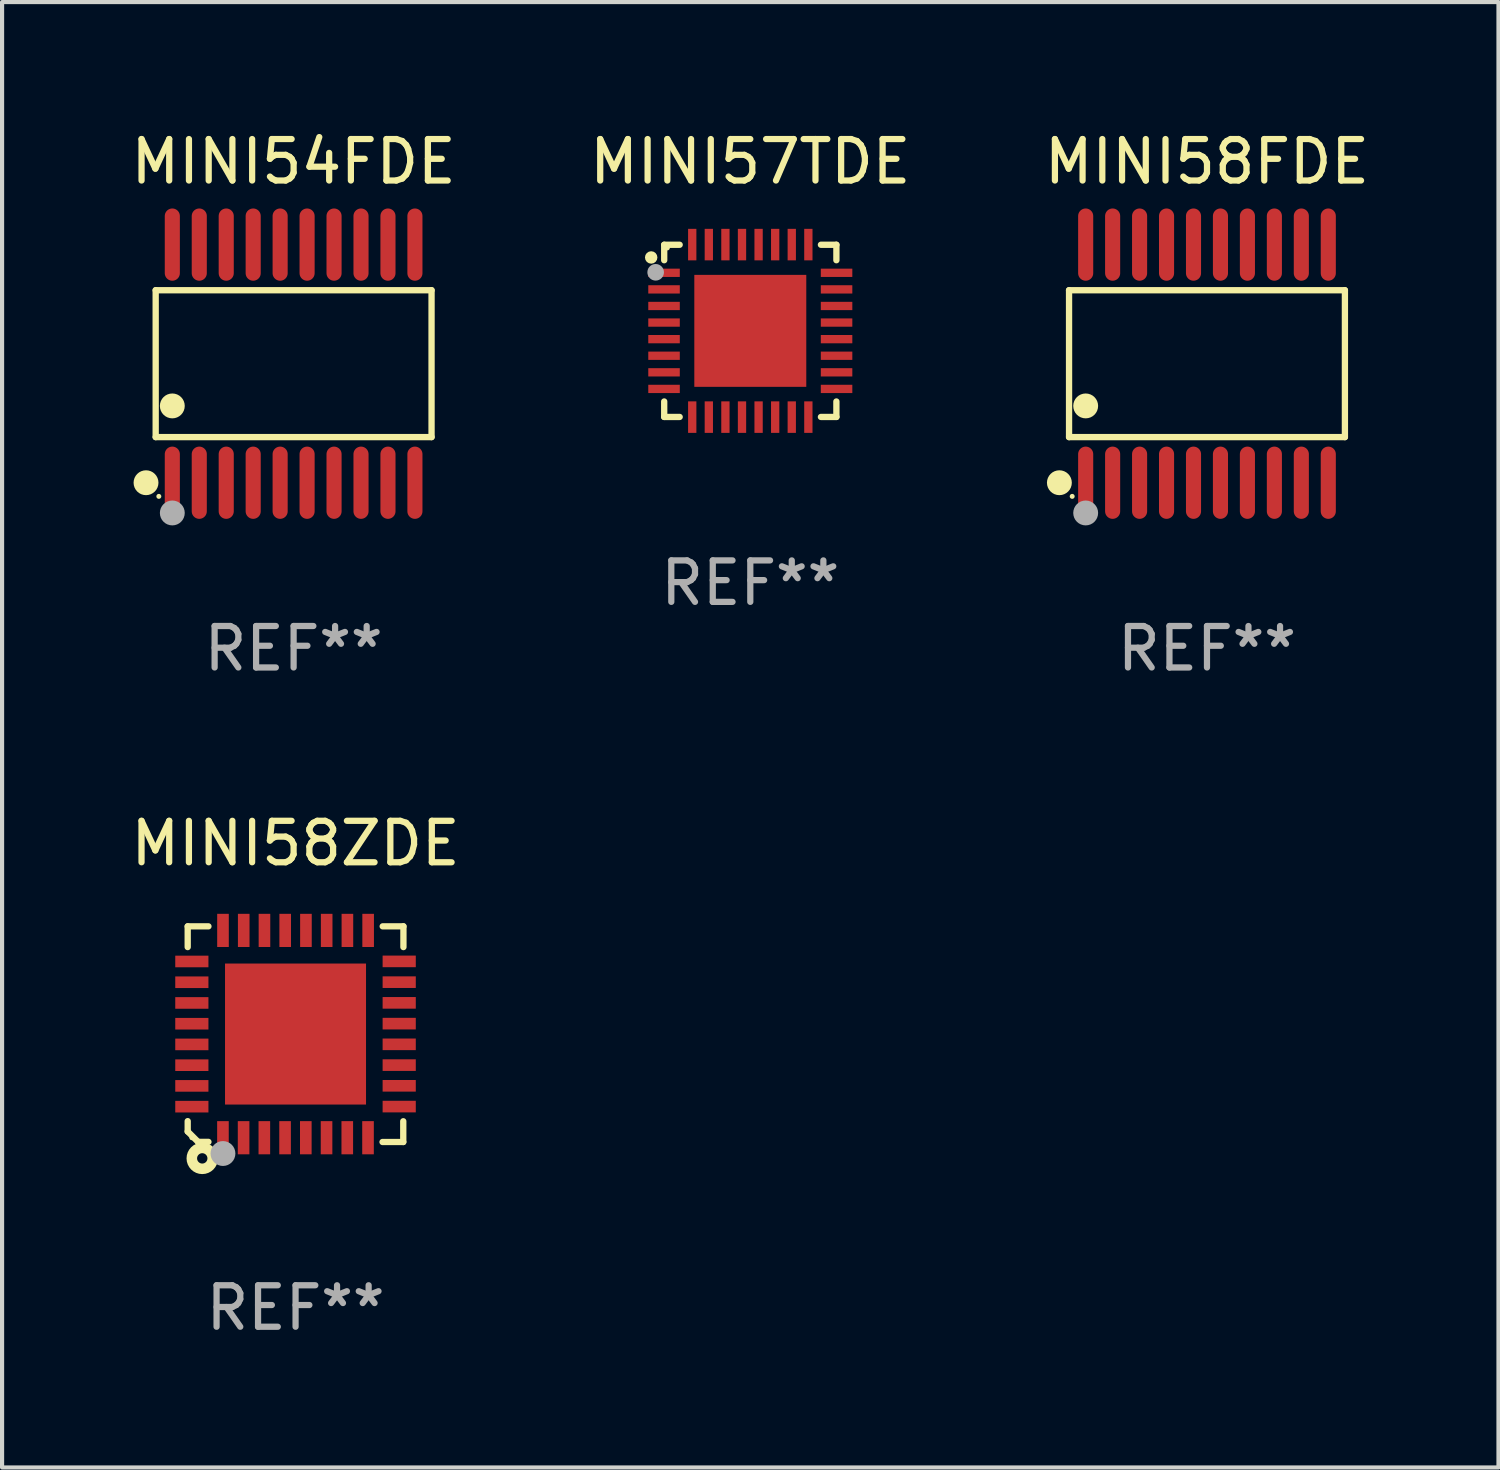
<source format=kicad_pcb>
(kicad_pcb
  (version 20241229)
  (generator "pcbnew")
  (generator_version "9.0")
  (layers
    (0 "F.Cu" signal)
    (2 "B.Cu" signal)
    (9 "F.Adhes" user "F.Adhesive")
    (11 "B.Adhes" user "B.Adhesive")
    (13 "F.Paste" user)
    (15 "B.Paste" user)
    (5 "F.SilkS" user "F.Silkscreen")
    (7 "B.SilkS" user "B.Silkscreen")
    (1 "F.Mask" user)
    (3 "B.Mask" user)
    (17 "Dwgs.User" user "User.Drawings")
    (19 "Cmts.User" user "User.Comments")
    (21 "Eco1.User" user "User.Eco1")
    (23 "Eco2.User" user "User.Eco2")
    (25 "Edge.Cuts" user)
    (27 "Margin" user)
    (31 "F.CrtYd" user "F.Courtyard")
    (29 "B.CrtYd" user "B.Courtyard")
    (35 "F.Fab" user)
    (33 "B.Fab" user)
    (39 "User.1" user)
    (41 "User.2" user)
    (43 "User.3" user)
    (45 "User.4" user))
  (footprint "MINI57TDE"
    (layer "F.Cu")
    (at 15.042 4.928)
    (property "Reference" "MINI57TDE" (at 0 -4.08 0) (layer "F.SilkS") (effects (font (size 1 1) (thickness 0.15))))
    (attr through_hole)
    (fp_line (start -2.076 -2.076) (end -2.076 -1.703) (stroke (width 0.152) (type solid)) (layer "F.SilkS"))
    (fp_line (start -2.076 2.076) (end -2.076 1.703) (stroke (width 0.152) (type solid)) (layer "F.SilkS"))
    (fp_line (start -1.703 -2.076) (end -2.076 -2.076) (stroke (width 0.152) (type solid)) (layer "F.SilkS"))
    (fp_line (start -1.703 2.076) (end -2.076 2.076) (stroke (width 0.152) (type solid)) (layer "F.SilkS"))
    (fp_line (start 1.703 -2.076) (end 2.076 -2.076) (stroke (width 0.152) (type solid)) (layer "F.SilkS"))
    (fp_line (start 1.703 2.076) (end 2.076 2.076) (stroke (width 0.152) (type solid)) (layer "F.SilkS"))
    (fp_line (start 2.076 -2.076) (end 2.076 -1.703) (stroke (width 0.152) (type solid)) (layer "F.SilkS"))
    (fp_line (start 2.076 2.076) (end 2.076 1.703) (stroke (width 0.152) (type solid)) (layer "F.SilkS"))
    (fp_circle (center -2.39 -1.77) (end -2.315 -1.77) (stroke (width 0.15) (type solid)) (fill no) (layer "F.SilkS"))
    (fp_circle (center -2 -2) (end -1.97 -2) (stroke (width 0.06) (type solid)) (fill no) (layer "F.SilkS"))
    (fp_circle (center -2.282 -1.412) (end -2.182 -1.412) (stroke (width 0.2) (type solid)) (fill no) (layer "F.Fab"))
    (fp_text user "REF**" (at 0 6.08 0) (layer "F.Fab") (effects (font (size 1 1) (thickness 0.15))))
    (pad "1" smd rect (at -2.08 -1.4) (size 0.76 0.2) (layers "F.Cu" "F.Mask" "F.Paste"))
    (pad "2" smd rect (at -2.08 -1) (size 0.76 0.2) (layers "F.Cu" "F.Mask" "F.Paste"))
    (pad "3" smd rect (at -2.08 -0.6) (size 0.76 0.2) (layers "F.Cu" "F.Mask" "F.Paste"))
    (pad "4" smd rect (at -2.08 -0.2) (size 0.76 0.2) (layers "F.Cu" "F.Mask" "F.Paste"))
    (pad "5" smd rect (at -2.08 0.2) (size 0.76 0.2) (layers "F.Cu" "F.Mask" "F.Paste"))
    (pad "6" smd rect (at -2.08 0.6) (size 0.76 0.2) (layers "F.Cu" "F.Mask" "F.Paste"))
    (pad "7" smd rect (at -2.08 1) (size 0.76 0.2) (layers "F.Cu" "F.Mask" "F.Paste"))
    (pad "8" smd rect (at -2.08 1.4) (size 0.76 0.2) (layers "F.Cu" "F.Mask" "F.Paste"))
    (pad "9" smd rect (at -1.4 2.08) (size 0.2 0.76) (layers "F.Cu" "F.Mask" "F.Paste"))
    (pad "10" smd rect (at -1 2.08) (size 0.2 0.76) (layers "F.Cu" "F.Mask" "F.Paste"))
    (pad "11" smd rect (at -0.6 2.08) (size 0.2 0.76) (layers "F.Cu" "F.Mask" "F.Paste"))
    (pad "12" smd rect (at -0.2 2.08) (size 0.2 0.76) (layers "F.Cu" "F.Mask" "F.Paste"))
    (pad "13" smd rect (at 0.2 2.08) (size 0.2 0.76) (layers "F.Cu" "F.Mask" "F.Paste"))
    (pad "14" smd rect (at 0.6 2.08) (size 0.2 0.76) (layers "F.Cu" "F.Mask" "F.Paste"))
    (pad "15" smd rect (at 1 2.08) (size 0.2 0.76) (layers "F.Cu" "F.Mask" "F.Paste"))
    (pad "16" smd rect (at 1.4 2.08) (size 0.2 0.76) (layers "F.Cu" "F.Mask" "F.Paste"))
    (pad "17" smd rect (at 2.08 1.4) (size 0.76 0.2) (layers "F.Cu" "F.Mask" "F.Paste"))
    (pad "18" smd rect (at 2.08 1) (size 0.76 0.2) (layers "F.Cu" "F.Mask" "F.Paste"))
    (pad "19" smd rect (at 2.08 0.6) (size 0.76 0.2) (layers "F.Cu" "F.Mask" "F.Paste"))
    (pad "20" smd rect (at 2.08 0.2) (size 0.76 0.2) (layers "F.Cu" "F.Mask" "F.Paste"))
    (pad "21" smd rect (at 2.08 -0.2) (size 0.76 0.2) (layers "F.Cu" "F.Mask" "F.Paste"))
    (pad "22" smd rect (at 2.08 -0.6) (size 0.76 0.2) (layers "F.Cu" "F.Mask" "F.Paste"))
    (pad "23" smd rect (at 2.08 -1) (size 0.76 0.2) (layers "F.Cu" "F.Mask" "F.Paste"))
    (pad "24" smd rect (at 2.08 -1.4) (size 0.76 0.2) (layers "F.Cu" "F.Mask" "F.Paste"))
    (pad "25" smd rect (at 1.4 -2.08) (size 0.2 0.76) (layers "F.Cu" "F.Mask" "F.Paste"))
    (pad "26" smd rect (at 1 -2.08) (size 0.2 0.76) (layers "F.Cu" "F.Mask" "F.Paste"))
    (pad "27" smd rect (at 0.6 -2.08) (size 0.2 0.76) (layers "F.Cu" "F.Mask" "F.Paste"))
    (pad "28" smd rect (at 0.2 -2.08) (size 0.2 0.76) (layers "F.Cu" "F.Mask" "F.Paste"))
    (pad "29" smd rect (at -0.2 -2.08) (size 0.2 0.76) (layers "F.Cu" "F.Mask" "F.Paste"))
    (pad "30" smd rect (at -0.6 -2.08) (size 0.2 0.76) (layers "F.Cu" "F.Mask" "F.Paste"))
    (pad "31" smd rect (at -1 -2.08) (size 0.2 0.76) (layers "F.Cu" "F.Mask" "F.Paste"))
    (pad "32" smd rect (at -1.4 -2.08) (size 0.2 0.76) (layers "F.Cu" "F.Mask" "F.Paste"))
    (pad "33" smd rect (at 0 0) (size 2.7 2.7) (layers "F.Cu" "F.Mask" "F.Paste")))
  (footprint "MINI54FDE"
    (layer "F.Cu")
    (at 4.03 5.719)
    (property "Reference" "MINI54FDE" (at 0 -4.871 0) (layer "F.SilkS") (effects (font (size 1 1) (thickness 0.15))))
    (attr through_hole)
    (fp_line (start -3.326 -1.771) (end 3.326 -1.771) (stroke (width 0.152) (type solid)) (layer "F.SilkS"))
    (fp_line (start -3.326 1.771) (end -3.326 -1.771) (stroke (width 0.152) (type solid)) (layer "F.SilkS"))
    (fp_line (start 3.326 -1.771) (end 3.326 1.771) (stroke (width 0.152) (type solid)) (layer "F.SilkS"))
    (fp_line (start 3.326 1.771) (end -3.326 1.771) (stroke (width 0.152) (type solid)) (layer "F.SilkS"))
    (fp_circle (center -3.559 2.871) (end -3.409 2.871) (stroke (width 0.3) (type solid)) (fill no) (layer "F.SilkS"))
    (fp_circle (center -3.25 3.2) (end -3.22 3.2) (stroke (width 0.06) (type solid)) (fill no) (layer "F.SilkS"))
    (fp_circle (center -2.925 1.019) (end -2.775 1.019) (stroke (width 0.3) (type solid)) (fill no) (layer "F.SilkS"))
    (fp_circle (center -2.925 3.6) (end -2.775 3.6) (stroke (width 0.3) (type solid)) (fill no) (layer "F.Fab"))
    (fp_text user "REF**" (at 0 6.871 0) (layer "F.Fab") (effects (font (size 1 1) (thickness 0.15))))
    (pad "1" smd oval (at -2.925 2.871) (size 0.364 1.742) (layers "F.Cu" "F.Mask" "F.Paste"))
    (pad "2" smd oval (at -2.275 2.871) (size 0.364 1.742) (layers "F.Cu" "F.Mask" "F.Paste"))
    (pad "3" smd oval (at -1.625 2.871) (size 0.364 1.742) (layers "F.Cu" "F.Mask" "F.Paste"))
    (pad "4" smd oval (at -0.975 2.871) (size 0.364 1.742) (layers "F.Cu" "F.Mask" "F.Paste"))
    (pad "5" smd oval (at -0.325 2.871) (size 0.364 1.742) (layers "F.Cu" "F.Mask" "F.Paste"))
    (pad "6" smd oval (at 0.325 2.871) (size 0.364 1.742) (layers "F.Cu" "F.Mask" "F.Paste"))
    (pad "7" smd oval (at 0.975 2.871) (size 0.364 1.742) (layers "F.Cu" "F.Mask" "F.Paste"))
    (pad "8" smd oval (at 1.625 2.871) (size 0.364 1.742) (layers "F.Cu" "F.Mask" "F.Paste"))
    (pad "9" smd oval (at 2.275 2.871) (size 0.364 1.742) (layers "F.Cu" "F.Mask" "F.Paste"))
    (pad "10" smd oval (at 2.925 2.871) (size 0.364 1.742) (layers "F.Cu" "F.Mask" "F.Paste"))
    (pad "11" smd oval (at 2.925 -2.871) (size 0.364 1.742) (layers "F.Cu" "F.Mask" "F.Paste"))
    (pad "12" smd oval (at 2.275 -2.871) (size 0.364 1.742) (layers "F.Cu" "F.Mask" "F.Paste"))
    (pad "13" smd oval (at 1.625 -2.871) (size 0.364 1.742) (layers "F.Cu" "F.Mask" "F.Paste"))
    (pad "14" smd oval (at 0.975 -2.871) (size 0.364 1.742) (layers "F.Cu" "F.Mask" "F.Paste"))
    (pad "15" smd oval (at 0.325 -2.871) (size 0.364 1.742) (layers "F.Cu" "F.Mask" "F.Paste"))
    (pad "16" smd oval (at -0.325 -2.871) (size 0.364 1.742) (layers "F.Cu" "F.Mask" "F.Paste"))
    (pad "17" smd oval (at -0.975 -2.871) (size 0.364 1.742) (layers "F.Cu" "F.Mask" "F.Paste"))
    (pad "18" smd oval (at -1.625 -2.871) (size 0.364 1.742) (layers "F.Cu" "F.Mask" "F.Paste"))
    (pad "19" smd oval (at -2.275 -2.871) (size 0.364 1.742) (layers "F.Cu" "F.Mask" "F.Paste"))
    (pad "20" smd oval (at -2.925 -2.871) (size 0.364 1.742) (layers "F.Cu" "F.Mask" "F.Paste")))
  (footprint "MINI58ZDE"
    (layer "F.Cu")
    (at 4.077 21.887)
    (property "Reference" "MINI58ZDE" (at 0 -4.6 0) (layer "F.SilkS") (effects (font (size 1 1) (thickness 0.15))))
    (attr through_hole)
    (fp_line (start -2.601 2.097) (end -2.601 2.347) (stroke (width 0.152) (type solid)) (layer "F.SilkS"))
    (fp_line (start -2.601 2.347) (end -2.351 2.597) (stroke (width 0.152) (type solid)) (layer "F.SilkS"))
    (fp_line (start -2.601 -2.6) (end -2.601 -2.1) (stroke (width 0.152) (type solid)) (layer "F.SilkS"))
    (fp_line (start -2.601 -2.6) (end -2.101 -2.6) (stroke (width 0.152) (type solid)) (layer "F.SilkS"))
    (fp_line (start -2.351 2.597) (end -2.101 2.597) (stroke (width 0.152) (type solid)) (layer "F.SilkS"))
    (fp_line (start 2.597 2.6) (end 2.097 2.6) (stroke (width 0.152) (type solid)) (layer "F.SilkS"))
    (fp_line (start 2.597 2.6) (end 2.597 2.1) (stroke (width 0.152) (type solid)) (layer "F.SilkS"))
    (fp_line (start 2.601 -2.6) (end 2.101 -2.6) (stroke (width 0.152) (type solid)) (layer "F.SilkS"))
    (fp_line (start 2.601 -2.6) (end 2.601 -2.1) (stroke (width 0.152) (type solid)) (layer "F.SilkS"))
    (fp_circle (center -2.501 2.497) (end -2.471 2.497) (stroke (width 0.06) (type solid)) (fill no) (layer "F.SilkS"))
    (fp_circle (center -2.25 2.995) (end -2.125 2.995) (stroke (width 0.254) (type solid)) (fill no) (layer "F.SilkS"))
    (fp_circle (center -1.751 2.878) (end -1.601 2.878) (stroke (width 0.3) (type solid)) (fill no) (layer "F.Fab"))
    (fp_text user "REF**" (at 0 6.6 0) (layer "F.Fab") (effects (font (size 1 1) (thickness 0.15))))
    (pad "1" smd rect (at -1.751 2.497) (size 0.28 0.8) (layers "F.Cu" "F.Mask" "F.Paste"))
    (pad "2" smd rect (at -1.253 2.497) (size 0.28 0.8) (layers "F.Cu" "F.Mask" "F.Paste"))
    (pad "3" smd rect (at -0.753 2.497) (size 0.28 0.8) (layers "F.Cu" "F.Mask" "F.Paste"))
    (pad "4" smd rect (at -0.253 2.497) (size 0.28 0.8) (layers "F.Cu" "F.Mask" "F.Paste"))
    (pad "5" smd rect (at 0.247 2.497) (size 0.28 0.8) (layers "F.Cu" "F.Mask" "F.Paste"))
    (pad "6" smd rect (at 0.747 2.497) (size 0.28 0.8) (layers "F.Cu" "F.Mask" "F.Paste"))
    (pad "7" smd rect (at 1.247 2.497) (size 0.28 0.8) (layers "F.Cu" "F.Mask" "F.Paste"))
    (pad "8" smd rect (at 1.747 2.497) (size 0.28 0.8) (layers "F.Cu" "F.Mask" "F.Paste"))
    (pad "9" smd rect (at 2.499 1.746) (size 0.8 0.28) (layers "F.Cu" "F.Mask" "F.Paste"))
    (pad "10" smd rect (at 2.499 1.245) (size 0.8 0.28) (layers "F.Cu" "F.Mask" "F.Paste"))
    (pad "11" smd rect (at 2.499 0.746) (size 0.8 0.28) (layers "F.Cu" "F.Mask" "F.Paste"))
    (pad "12" smd rect (at 2.499 0.245) (size 0.8 0.28) (layers "F.Cu" "F.Mask" "F.Paste"))
    (pad "13" smd rect (at 2.499 -0.254) (size 0.8 0.28) (layers "F.Cu" "F.Mask" "F.Paste"))
    (pad "14" smd rect (at 2.499 -0.755) (size 0.8 0.28) (layers "F.Cu" "F.Mask" "F.Paste"))
    (pad "15" smd rect (at 2.499 -1.254) (size 0.8 0.28) (layers "F.Cu" "F.Mask" "F.Paste"))
    (pad "16" smd rect (at 2.499 -1.755) (size 0.8 0.28) (layers "F.Cu" "F.Mask" "F.Paste"))
    (pad "17" smd rect (at 1.75 -2.502) (size 0.28 0.8) (layers "F.Cu" "F.Mask" "F.Paste"))
    (pad "18" smd rect (at 1.25 -2.502) (size 0.28 0.8) (layers "F.Cu" "F.Mask" "F.Paste"))
    (pad "19" smd rect (at 0.75 -2.502) (size 0.28 0.8) (layers "F.Cu" "F.Mask" "F.Paste"))
    (pad "20" smd rect (at 0.25 -2.502) (size 0.28 0.8) (layers "F.Cu" "F.Mask" "F.Paste"))
    (pad "21" smd rect (at -0.25 -2.502) (size 0.28 0.8) (layers "F.Cu" "F.Mask" "F.Paste"))
    (pad "22" smd rect (at -0.75 -2.502) (size 0.28 0.8) (layers "F.Cu" "F.Mask" "F.Paste"))
    (pad "23" smd rect (at -1.25 -2.502) (size 0.28 0.8) (layers "F.Cu" "F.Mask" "F.Paste"))
    (pad "24" smd rect (at -1.75 -2.502) (size 0.28 0.8) (layers "F.Cu" "F.Mask" "F.Paste"))
    (pad "25" smd rect (at -2.501 -1.753) (size 0.8 0.28) (layers "F.Cu" "F.Mask" "F.Paste"))
    (pad "26" smd rect (at -2.501 -1.252) (size 0.8 0.28) (layers "F.Cu" "F.Mask" "F.Paste"))
    (pad "27" smd rect (at -2.501 -0.753) (size 0.8 0.28) (layers "F.Cu" "F.Mask" "F.Paste"))
    (pad "28" smd rect (at -2.501 -0.252) (size 0.8 0.28) (layers "F.Cu" "F.Mask" "F.Paste"))
    (pad "29" smd rect (at -2.501 0.247) (size 0.8 0.28) (layers "F.Cu" "F.Mask" "F.Paste"))
    (pad "30" smd rect (at -2.501 0.748) (size 0.8 0.28) (layers "F.Cu" "F.Mask" "F.Paste"))
    (pad "31" smd rect (at -2.501 1.247) (size 0.8 0.28) (layers "F.Cu" "F.Mask" "F.Paste"))
    (pad "32" smd rect (at -2.501 1.748) (size 0.8 0.28) (layers "F.Cu" "F.Mask" "F.Paste"))
    (pad "33" smd rect (at -0.001 -0.003 180) (size 3.4 3.4) (layers "F.Cu" "F.Mask" "F.Paste")))
  (footprint "MINI58FDE"
    (layer "F.Cu")
    (at 26.054 5.719)
    (property "Reference" "MINI58FDE" (at 0 -4.871 0) (layer "F.SilkS") (effects (font (size 1 1) (thickness 0.15))))
    (attr through_hole)
    (fp_line (start -3.326 -1.771) (end 3.326 -1.771) (stroke (width 0.152) (type solid)) (layer "F.SilkS"))
    (fp_line (start -3.326 1.771) (end -3.326 -1.771) (stroke (width 0.152) (type solid)) (layer "F.SilkS"))
    (fp_line (start 3.326 -1.771) (end 3.326 1.771) (stroke (width 0.152) (type solid)) (layer "F.SilkS"))
    (fp_line (start 3.326 1.771) (end -3.326 1.771) (stroke (width 0.152) (type solid)) (layer "F.SilkS"))
    (fp_circle (center -3.559 2.871) (end -3.409 2.871) (stroke (width 0.3) (type solid)) (fill no) (layer "F.SilkS"))
    (fp_circle (center -3.25 3.2) (end -3.22 3.2) (stroke (width 0.06) (type solid)) (fill no) (layer "F.SilkS"))
    (fp_circle (center -2.925 1.019) (end -2.775 1.019) (stroke (width 0.3) (type solid)) (fill no) (layer "F.SilkS"))
    (fp_circle (center -2.925 3.6) (end -2.775 3.6) (stroke (width 0.3) (type solid)) (fill no) (layer "F.Fab"))
    (fp_text user "REF**" (at 0 6.871 0) (layer "F.Fab") (effects (font (size 1 1) (thickness 0.15))))
    (pad "1" smd oval (at -2.925 2.871) (size 0.364 1.742) (layers "F.Cu" "F.Mask" "F.Paste"))
    (pad "2" smd oval (at -2.275 2.871) (size 0.364 1.742) (layers "F.Cu" "F.Mask" "F.Paste"))
    (pad "3" smd oval (at -1.625 2.871) (size 0.364 1.742) (layers "F.Cu" "F.Mask" "F.Paste"))
    (pad "4" smd oval (at -0.975 2.871) (size 0.364 1.742) (layers "F.Cu" "F.Mask" "F.Paste"))
    (pad "5" smd oval (at -0.325 2.871) (size 0.364 1.742) (layers "F.Cu" "F.Mask" "F.Paste"))
    (pad "6" smd oval (at 0.325 2.871) (size 0.364 1.742) (layers "F.Cu" "F.Mask" "F.Paste"))
    (pad "7" smd oval (at 0.975 2.871) (size 0.364 1.742) (layers "F.Cu" "F.Mask" "F.Paste"))
    (pad "8" smd oval (at 1.625 2.871) (size 0.364 1.742) (layers "F.Cu" "F.Mask" "F.Paste"))
    (pad "9" smd oval (at 2.275 2.871) (size 0.364 1.742) (layers "F.Cu" "F.Mask" "F.Paste"))
    (pad "10" smd oval (at 2.925 2.871) (size 0.364 1.742) (layers "F.Cu" "F.Mask" "F.Paste"))
    (pad "11" smd oval (at 2.925 -2.871) (size 0.364 1.742) (layers "F.Cu" "F.Mask" "F.Paste"))
    (pad "12" smd oval (at 2.275 -2.871) (size 0.364 1.742) (layers "F.Cu" "F.Mask" "F.Paste"))
    (pad "13" smd oval (at 1.625 -2.871) (size 0.364 1.742) (layers "F.Cu" "F.Mask" "F.Paste"))
    (pad "14" smd oval (at 0.975 -2.871) (size 0.364 1.742) (layers "F.Cu" "F.Mask" "F.Paste"))
    (pad "15" smd oval (at 0.325 -2.871) (size 0.364 1.742) (layers "F.Cu" "F.Mask" "F.Paste"))
    (pad "16" smd oval (at -0.325 -2.871) (size 0.364 1.742) (layers "F.Cu" "F.Mask" "F.Paste"))
    (pad "17" smd oval (at -0.975 -2.871) (size 0.364 1.742) (layers "F.Cu" "F.Mask" "F.Paste"))
    (pad "18" smd oval (at -1.625 -2.871) (size 0.364 1.742) (layers "F.Cu" "F.Mask" "F.Paste"))
    (pad "19" smd oval (at -2.275 -2.871) (size 0.364 1.742) (layers "F.Cu" "F.Mask" "F.Paste"))
    (pad "20" smd oval (at -2.925 -2.871) (size 0.364 1.742) (layers "F.Cu" "F.Mask" "F.Paste")))
  (gr_rect
    (start -3 -3)
    (end 33.083 32.335)
    (stroke (width 0.1) (type default))
    (fill no)
    (layer "Edge.Cuts")))
</source>
